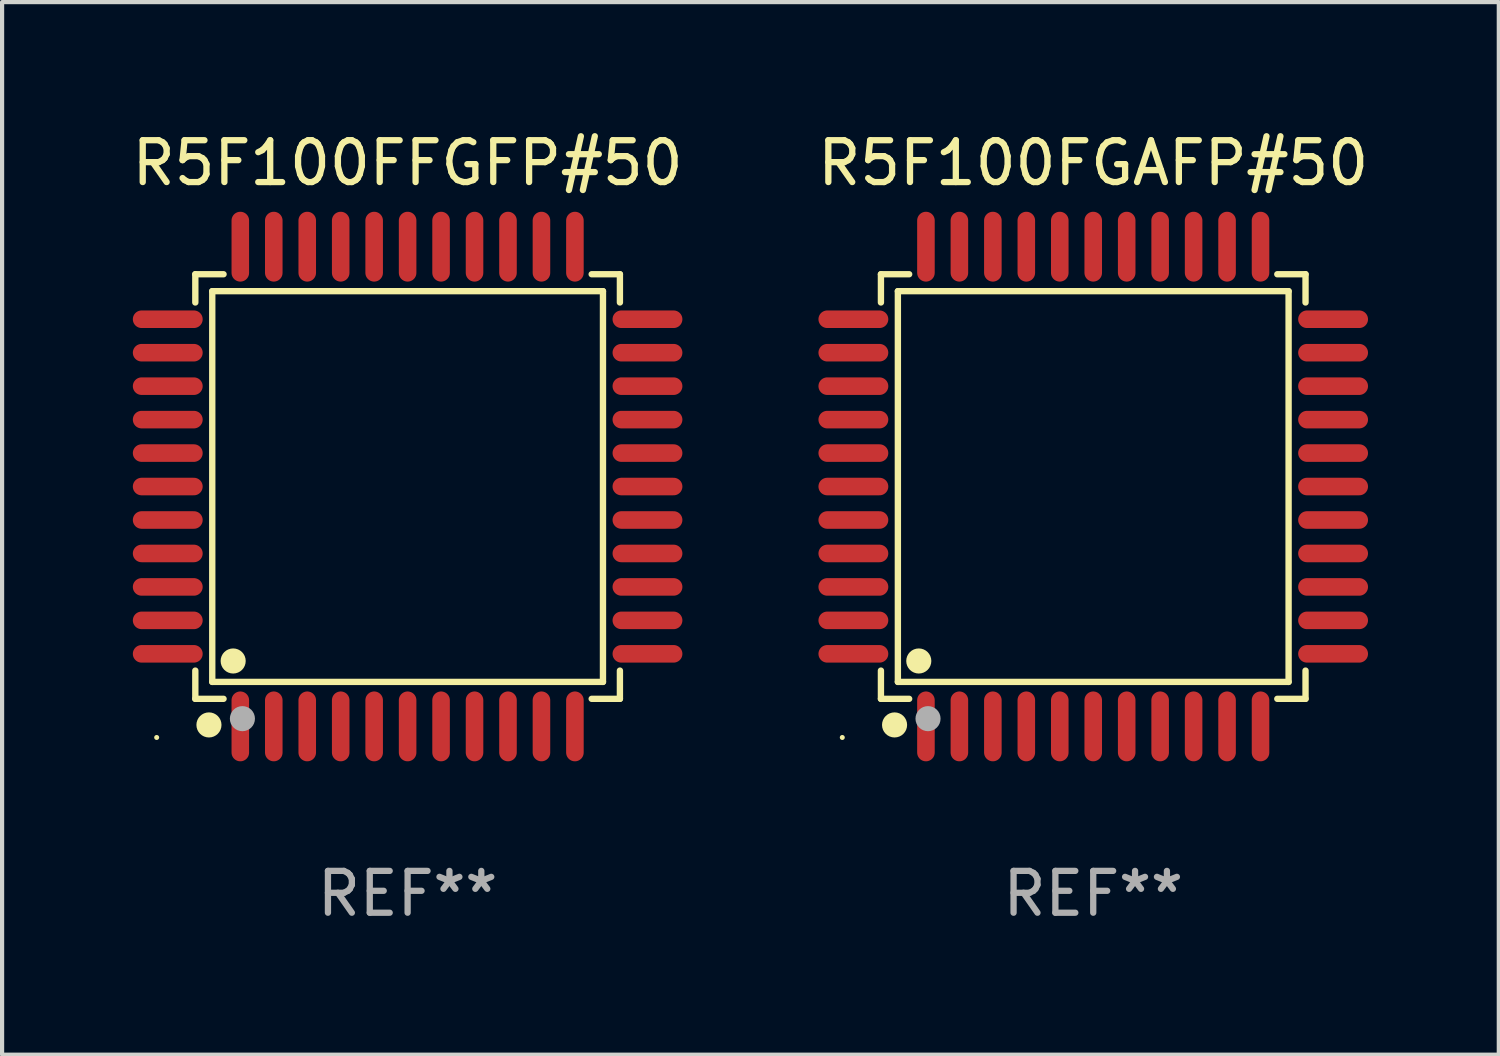
<source format=kicad_pcb>
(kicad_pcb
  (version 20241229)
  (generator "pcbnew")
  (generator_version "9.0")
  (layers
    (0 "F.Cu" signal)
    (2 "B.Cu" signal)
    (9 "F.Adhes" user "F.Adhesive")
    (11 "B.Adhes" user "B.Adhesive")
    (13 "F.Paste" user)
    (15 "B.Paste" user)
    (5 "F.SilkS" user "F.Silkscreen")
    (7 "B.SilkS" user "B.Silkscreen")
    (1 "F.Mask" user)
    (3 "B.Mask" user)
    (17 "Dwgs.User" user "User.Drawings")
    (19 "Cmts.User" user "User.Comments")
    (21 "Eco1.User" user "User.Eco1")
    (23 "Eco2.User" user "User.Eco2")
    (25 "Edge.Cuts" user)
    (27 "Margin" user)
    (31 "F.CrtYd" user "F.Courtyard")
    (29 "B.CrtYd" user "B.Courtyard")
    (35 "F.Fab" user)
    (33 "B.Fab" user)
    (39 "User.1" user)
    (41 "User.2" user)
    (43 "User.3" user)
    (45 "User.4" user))
  (footprint "R5F100FFGFP#50"
    (layer "F.Cu")
    (at 6.696 8.583)
    (property "Reference" "R5F100FFGFP#50" (at 0 -7.735 0) (layer "F.SilkS") (effects (font (size 1 1) (thickness 0.15))))
    (attr through_hole)
    (fp_line (start -5.076 -5.076) (end -4.401 -5.076) (stroke (width 0.152) (type solid)) (layer "F.SilkS"))
    (fp_line (start -5.076 -4.401) (end -5.076 -5.076) (stroke (width 0.152) (type solid)) (layer "F.SilkS"))
    (fp_line (start -5.076 4.401) (end -5.076 5.076) (stroke (width 0.152) (type solid)) (layer "F.SilkS"))
    (fp_line (start -5.076 5.076) (end -4.401 5.076) (stroke (width 0.152) (type solid)) (layer "F.SilkS"))
    (fp_line (start -4.671 -4.671) (end 4.671 -4.671) (stroke (width 0.152) (type solid)) (layer "F.SilkS"))
    (fp_line (start -4.671 4.671) (end -4.671 -4.671) (stroke (width 0.152) (type solid)) (layer "F.SilkS"))
    (fp_line (start 4.671 -4.671) (end 4.671 4.671) (stroke (width 0.152) (type solid)) (layer "F.SilkS"))
    (fp_line (start 4.671 4.671) (end -4.671 4.671) (stroke (width 0.152) (type solid)) (layer "F.SilkS"))
    (fp_line (start 5.076 -5.076) (end 4.401 -5.076) (stroke (width 0.152) (type solid)) (layer "F.SilkS"))
    (fp_line (start 5.076 -4.401) (end 5.076 -5.076) (stroke (width 0.152) (type solid)) (layer "F.SilkS"))
    (fp_line (start 5.076 4.401) (end 5.076 5.076) (stroke (width 0.152) (type solid)) (layer "F.SilkS"))
    (fp_line (start 5.076 5.076) (end 4.401 5.076) (stroke (width 0.152) (type solid)) (layer "F.SilkS"))
    (fp_circle (center -6 6) (end -5.97 6) (stroke (width 0.06) (type solid)) (fill no) (layer "F.SilkS"))
    (fp_circle (center -4.75 5.7) (end -4.6 5.7) (stroke (width 0.3) (type solid)) (fill no) (layer "F.SilkS"))
    (fp_circle (center -4.171 4.171) (end -4.021 4.171) (stroke (width 0.3) (type solid)) (fill no) (layer "F.SilkS"))
    (fp_circle (center -3.95 5.55) (end -3.8 5.55) (stroke (width 0.3) (type solid)) (fill no) (layer "F.Fab"))
    (fp_text user "REF**" (at 0 9.735 0) (layer "F.Fab") (effects (font (size 1 1) (thickness 0.15))))
    (pad "1" smd oval (at -4 5.735) (size 0.42 1.67) (layers "F.Cu" "F.Mask" "F.Paste"))
    (pad "2" smd oval (at -3.2 5.735) (size 0.42 1.67) (layers "F.Cu" "F.Mask" "F.Paste"))
    (pad "3" smd oval (at -2.4 5.735) (size 0.42 1.67) (layers "F.Cu" "F.Mask" "F.Paste"))
    (pad "4" smd oval (at -1.6 5.735) (size 0.42 1.67) (layers "F.Cu" "F.Mask" "F.Paste"))
    (pad "5" smd oval (at -0.8 5.735) (size 0.42 1.67) (layers "F.Cu" "F.Mask" "F.Paste"))
    (pad "6" smd oval (at 0 5.735) (size 0.42 1.67) (layers "F.Cu" "F.Mask" "F.Paste"))
    (pad "7" smd oval (at 0.8 5.735) (size 0.42 1.67) (layers "F.Cu" "F.Mask" "F.Paste"))
    (pad "8" smd oval (at 1.6 5.735) (size 0.42 1.67) (layers "F.Cu" "F.Mask" "F.Paste"))
    (pad "9" smd oval (at 2.4 5.735) (size 0.42 1.67) (layers "F.Cu" "F.Mask" "F.Paste"))
    (pad "10" smd oval (at 3.2 5.735) (size 0.42 1.67) (layers "F.Cu" "F.Mask" "F.Paste"))
    (pad "11" smd oval (at 4 5.735) (size 0.42 1.67) (layers "F.Cu" "F.Mask" "F.Paste"))
    (pad "12" smd oval (at 5.735 4) (size 1.67 0.42) (layers "F.Cu" "F.Mask" "F.Paste"))
    (pad "13" smd oval (at 5.735 3.2) (size 1.67 0.42) (layers "F.Cu" "F.Mask" "F.Paste"))
    (pad "14" smd oval (at 5.735 2.4) (size 1.67 0.42) (layers "F.Cu" "F.Mask" "F.Paste"))
    (pad "15" smd oval (at 5.735 1.6) (size 1.67 0.42) (layers "F.Cu" "F.Mask" "F.Paste"))
    (pad "16" smd oval (at 5.735 0.8) (size 1.67 0.42) (layers "F.Cu" "F.Mask" "F.Paste"))
    (pad "17" smd oval (at 5.735 0) (size 1.67 0.42) (layers "F.Cu" "F.Mask" "F.Paste"))
    (pad "18" smd oval (at 5.735 -0.8) (size 1.67 0.42) (layers "F.Cu" "F.Mask" "F.Paste"))
    (pad "19" smd oval (at 5.735 -1.6) (size 1.67 0.42) (layers "F.Cu" "F.Mask" "F.Paste"))
    (pad "20" smd oval (at 5.735 -2.4) (size 1.67 0.42) (layers "F.Cu" "F.Mask" "F.Paste"))
    (pad "21" smd oval (at 5.735 -3.2) (size 1.67 0.42) (layers "F.Cu" "F.Mask" "F.Paste"))
    (pad "22" smd oval (at 5.735 -4) (size 1.67 0.42) (layers "F.Cu" "F.Mask" "F.Paste"))
    (pad "23" smd oval (at 4 -5.735) (size 0.42 1.67) (layers "F.Cu" "F.Mask" "F.Paste"))
    (pad "24" smd oval (at 3.2 -5.735) (size 0.42 1.67) (layers "F.Cu" "F.Mask" "F.Paste"))
    (pad "25" smd oval (at 2.4 -5.735) (size 0.42 1.67) (layers "F.Cu" "F.Mask" "F.Paste"))
    (pad "26" smd oval (at 1.6 -5.735) (size 0.42 1.67) (layers "F.Cu" "F.Mask" "F.Paste"))
    (pad "27" smd oval (at 0.8 -5.735) (size 0.42 1.67) (layers "F.Cu" "F.Mask" "F.Paste"))
    (pad "28" smd oval (at 0 -5.735) (size 0.42 1.67) (layers "F.Cu" "F.Mask" "F.Paste"))
    (pad "29" smd oval (at -0.8 -5.735) (size 0.42 1.67) (layers "F.Cu" "F.Mask" "F.Paste"))
    (pad "30" smd oval (at -1.6 -5.735) (size 0.42 1.67) (layers "F.Cu" "F.Mask" "F.Paste"))
    (pad "31" smd oval (at -2.4 -5.735) (size 0.42 1.67) (layers "F.Cu" "F.Mask" "F.Paste"))
    (pad "32" smd oval (at -3.2 -5.735) (size 0.42 1.67) (layers "F.Cu" "F.Mask" "F.Paste"))
    (pad "33" smd oval (at -4 -5.735) (size 0.42 1.67) (layers "F.Cu" "F.Mask" "F.Paste"))
    (pad "34" smd oval (at -5.735 -4) (size 1.67 0.42) (layers "F.Cu" "F.Mask" "F.Paste"))
    (pad "35" smd oval (at -5.735 -3.2) (size 1.67 0.42) (layers "F.Cu" "F.Mask" "F.Paste"))
    (pad "36" smd oval (at -5.735 -2.4) (size 1.67 0.42) (layers "F.Cu" "F.Mask" "F.Paste"))
    (pad "37" smd oval (at -5.735 -1.6) (size 1.67 0.42) (layers "F.Cu" "F.Mask" "F.Paste"))
    (pad "38" smd oval (at -5.735 -0.8) (size 1.67 0.42) (layers "F.Cu" "F.Mask" "F.Paste"))
    (pad "39" smd oval (at -5.735 0) (size 1.67 0.42) (layers "F.Cu" "F.Mask" "F.Paste"))
    (pad "40" smd oval (at -5.735 0.8) (size 1.67 0.42) (layers "F.Cu" "F.Mask" "F.Paste"))
    (pad "41" smd oval (at -5.735 1.6) (size 1.67 0.42) (layers "F.Cu" "F.Mask" "F.Paste"))
    (pad "42" smd oval (at -5.735 2.4) (size 1.67 0.42) (layers "F.Cu" "F.Mask" "F.Paste"))
    (pad "43" smd oval (at -5.735 3.2) (size 1.67 0.42) (layers "F.Cu" "F.Mask" "F.Paste"))
    (pad "44" smd oval (at -5.735 4) (size 1.67 0.42) (layers "F.Cu" "F.Mask" "F.Paste")))
  (footprint "R5F100FGAFP#50"
    (layer "F.Cu")
    (at 23.089 8.583)
    (property "Reference" "R5F100FGAFP#50" (at 0 -7.735 0) (layer "F.SilkS") (effects (font (size 1 1) (thickness 0.15))))
    (attr through_hole)
    (fp_line (start -5.076 -5.076) (end -4.401 -5.076) (stroke (width 0.152) (type solid)) (layer "F.SilkS"))
    (fp_line (start -5.076 -4.401) (end -5.076 -5.076) (stroke (width 0.152) (type solid)) (layer "F.SilkS"))
    (fp_line (start -5.076 4.401) (end -5.076 5.076) (stroke (width 0.152) (type solid)) (layer "F.SilkS"))
    (fp_line (start -5.076 5.076) (end -4.401 5.076) (stroke (width 0.152) (type solid)) (layer "F.SilkS"))
    (fp_line (start -4.671 -4.671) (end 4.671 -4.671) (stroke (width 0.152) (type solid)) (layer "F.SilkS"))
    (fp_line (start -4.671 4.671) (end -4.671 -4.671) (stroke (width 0.152) (type solid)) (layer "F.SilkS"))
    (fp_line (start 4.671 -4.671) (end 4.671 4.671) (stroke (width 0.152) (type solid)) (layer "F.SilkS"))
    (fp_line (start 4.671 4.671) (end -4.671 4.671) (stroke (width 0.152) (type solid)) (layer "F.SilkS"))
    (fp_line (start 5.076 -5.076) (end 4.401 -5.076) (stroke (width 0.152) (type solid)) (layer "F.SilkS"))
    (fp_line (start 5.076 -4.401) (end 5.076 -5.076) (stroke (width 0.152) (type solid)) (layer "F.SilkS"))
    (fp_line (start 5.076 4.401) (end 5.076 5.076) (stroke (width 0.152) (type solid)) (layer "F.SilkS"))
    (fp_line (start 5.076 5.076) (end 4.401 5.076) (stroke (width 0.152) (type solid)) (layer "F.SilkS"))
    (fp_circle (center -6 6) (end -5.97 6) (stroke (width 0.06) (type solid)) (fill no) (layer "F.SilkS"))
    (fp_circle (center -4.75 5.7) (end -4.6 5.7) (stroke (width 0.3) (type solid)) (fill no) (layer "F.SilkS"))
    (fp_circle (center -4.171 4.171) (end -4.021 4.171) (stroke (width 0.3) (type solid)) (fill no) (layer "F.SilkS"))
    (fp_circle (center -3.95 5.55) (end -3.8 5.55) (stroke (width 0.3) (type solid)) (fill no) (layer "F.Fab"))
    (fp_text user "REF**" (at 0 9.735 0) (layer "F.Fab") (effects (font (size 1 1) (thickness 0.15))))
    (pad "1" smd oval (at -4 5.735) (size 0.42 1.67) (layers "F.Cu" "F.Mask" "F.Paste"))
    (pad "2" smd oval (at -3.2 5.735) (size 0.42 1.67) (layers "F.Cu" "F.Mask" "F.Paste"))
    (pad "3" smd oval (at -2.4 5.735) (size 0.42 1.67) (layers "F.Cu" "F.Mask" "F.Paste"))
    (pad "4" smd oval (at -1.6 5.735) (size 0.42 1.67) (layers "F.Cu" "F.Mask" "F.Paste"))
    (pad "5" smd oval (at -0.8 5.735) (size 0.42 1.67) (layers "F.Cu" "F.Mask" "F.Paste"))
    (pad "6" smd oval (at 0 5.735) (size 0.42 1.67) (layers "F.Cu" "F.Mask" "F.Paste"))
    (pad "7" smd oval (at 0.8 5.735) (size 0.42 1.67) (layers "F.Cu" "F.Mask" "F.Paste"))
    (pad "8" smd oval (at 1.6 5.735) (size 0.42 1.67) (layers "F.Cu" "F.Mask" "F.Paste"))
    (pad "9" smd oval (at 2.4 5.735) (size 0.42 1.67) (layers "F.Cu" "F.Mask" "F.Paste"))
    (pad "10" smd oval (at 3.2 5.735) (size 0.42 1.67) (layers "F.Cu" "F.Mask" "F.Paste"))
    (pad "11" smd oval (at 4 5.735) (size 0.42 1.67) (layers "F.Cu" "F.Mask" "F.Paste"))
    (pad "12" smd oval (at 5.735 4) (size 1.67 0.42) (layers "F.Cu" "F.Mask" "F.Paste"))
    (pad "13" smd oval (at 5.735 3.2) (size 1.67 0.42) (layers "F.Cu" "F.Mask" "F.Paste"))
    (pad "14" smd oval (at 5.735 2.4) (size 1.67 0.42) (layers "F.Cu" "F.Mask" "F.Paste"))
    (pad "15" smd oval (at 5.735 1.6) (size 1.67 0.42) (layers "F.Cu" "F.Mask" "F.Paste"))
    (pad "16" smd oval (at 5.735 0.8) (size 1.67 0.42) (layers "F.Cu" "F.Mask" "F.Paste"))
    (pad "17" smd oval (at 5.735 0) (size 1.67 0.42) (layers "F.Cu" "F.Mask" "F.Paste"))
    (pad "18" smd oval (at 5.735 -0.8) (size 1.67 0.42) (layers "F.Cu" "F.Mask" "F.Paste"))
    (pad "19" smd oval (at 5.735 -1.6) (size 1.67 0.42) (layers "F.Cu" "F.Mask" "F.Paste"))
    (pad "20" smd oval (at 5.735 -2.4) (size 1.67 0.42) (layers "F.Cu" "F.Mask" "F.Paste"))
    (pad "21" smd oval (at 5.735 -3.2) (size 1.67 0.42) (layers "F.Cu" "F.Mask" "F.Paste"))
    (pad "22" smd oval (at 5.735 -4) (size 1.67 0.42) (layers "F.Cu" "F.Mask" "F.Paste"))
    (pad "23" smd oval (at 4 -5.735) (size 0.42 1.67) (layers "F.Cu" "F.Mask" "F.Paste"))
    (pad "24" smd oval (at 3.2 -5.735) (size 0.42 1.67) (layers "F.Cu" "F.Mask" "F.Paste"))
    (pad "25" smd oval (at 2.4 -5.735) (size 0.42 1.67) (layers "F.Cu" "F.Mask" "F.Paste"))
    (pad "26" smd oval (at 1.6 -5.735) (size 0.42 1.67) (layers "F.Cu" "F.Mask" "F.Paste"))
    (pad "27" smd oval (at 0.8 -5.735) (size 0.42 1.67) (layers "F.Cu" "F.Mask" "F.Paste"))
    (pad "28" smd oval (at 0 -5.735) (size 0.42 1.67) (layers "F.Cu" "F.Mask" "F.Paste"))
    (pad "29" smd oval (at -0.8 -5.735) (size 0.42 1.67) (layers "F.Cu" "F.Mask" "F.Paste"))
    (pad "30" smd oval (at -1.6 -5.735) (size 0.42 1.67) (layers "F.Cu" "F.Mask" "F.Paste"))
    (pad "31" smd oval (at -2.4 -5.735) (size 0.42 1.67) (layers "F.Cu" "F.Mask" "F.Paste"))
    (pad "32" smd oval (at -3.2 -5.735) (size 0.42 1.67) (layers "F.Cu" "F.Mask" "F.Paste"))
    (pad "33" smd oval (at -4 -5.735) (size 0.42 1.67) (layers "F.Cu" "F.Mask" "F.Paste"))
    (pad "34" smd oval (at -5.735 -4) (size 1.67 0.42) (layers "F.Cu" "F.Mask" "F.Paste"))
    (pad "35" smd oval (at -5.735 -3.2) (size 1.67 0.42) (layers "F.Cu" "F.Mask" "F.Paste"))
    (pad "36" smd oval (at -5.735 -2.4) (size 1.67 0.42) (layers "F.Cu" "F.Mask" "F.Paste"))
    (pad "37" smd oval (at -5.735 -1.6) (size 1.67 0.42) (layers "F.Cu" "F.Mask" "F.Paste"))
    (pad "38" smd oval (at -5.735 -0.8) (size 1.67 0.42) (layers "F.Cu" "F.Mask" "F.Paste"))
    (pad "39" smd oval (at -5.735 0) (size 1.67 0.42) (layers "F.Cu" "F.Mask" "F.Paste"))
    (pad "40" smd oval (at -5.735 0.8) (size 1.67 0.42) (layers "F.Cu" "F.Mask" "F.Paste"))
    (pad "41" smd oval (at -5.735 1.6) (size 1.67 0.42) (layers "F.Cu" "F.Mask" "F.Paste"))
    (pad "42" smd oval (at -5.735 2.4) (size 1.67 0.42) (layers "F.Cu" "F.Mask" "F.Paste"))
    (pad "43" smd oval (at -5.735 3.2) (size 1.67 0.42) (layers "F.Cu" "F.Mask" "F.Paste"))
    (pad "44" smd oval (at -5.735 4) (size 1.67 0.42) (layers "F.Cu" "F.Mask" "F.Paste")))
  (gr_rect
    (start -3 -3)
    (end 32.786 22.167)
    (stroke (width 0.1) (type default))
    (fill no)
    (layer "Edge.Cuts")))
</source>
